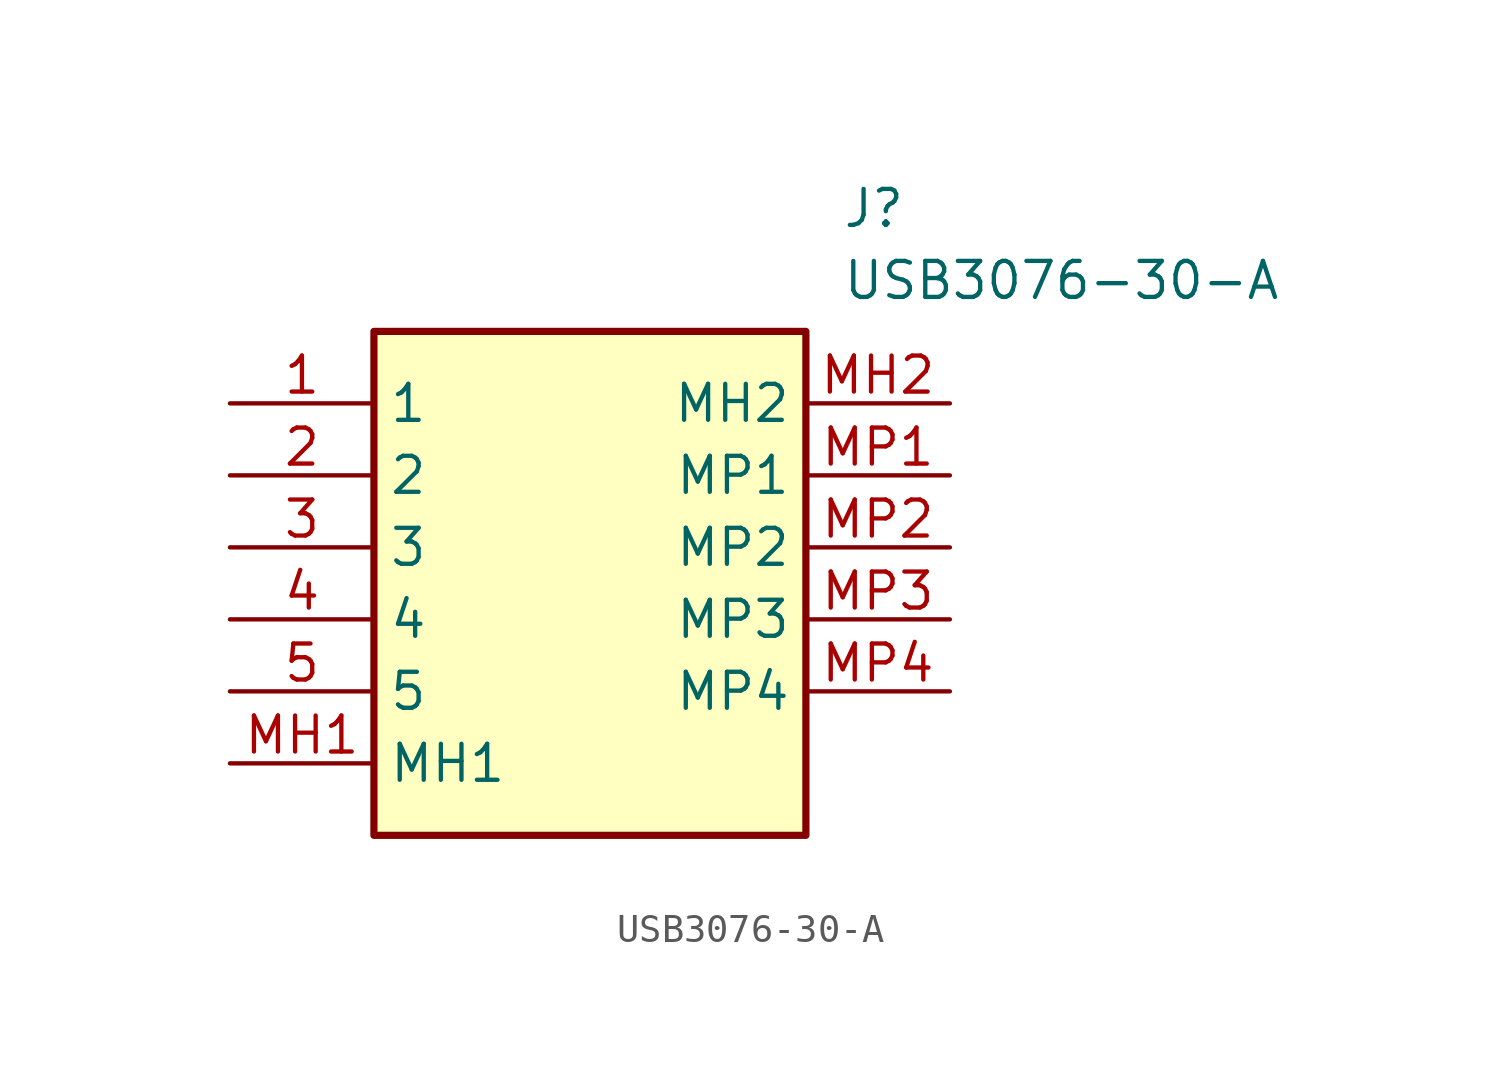
<source format=kicad_sym>
(kicad_symbol_lib
  (version 20211014)
  (generator SamacSys_ECAD_Model)
  (symbol "USB3076-30-A"
    (property "Reference" "J"
      (at 21.59 7.62 0)
      (effects (font (size 1.27 1.27)) (justify left top)))
    (property "Value" "USB3076-30-A"
      (at 21.59 5.08 0)
      (effects (font (size 1.27 1.27)) (justify left top)))
    (rectangle
      (start 5.08 2.54)
      (end 20.32 -15.24)
      (stroke (width 0.254) (type default))
      (fill (type background)))
    (pin passive line
      (at 0 0 0)
      (length 5.08)
      (name "1" (effects (font (size 1.27 1.27))))
      (number "1" (effects (font (size 1.27 1.27)))))
    (pin passive line
      (at 0 -2.54 0)
      (length 5.08)
      (name "2" (effects (font (size 1.27 1.27))))
      (number "2" (effects (font (size 1.27 1.27)))))
    (pin passive line
      (at 0 -5.08 0)
      (length 5.08)
      (name "3" (effects (font (size 1.27 1.27))))
      (number "3" (effects (font (size 1.27 1.27)))))
    (pin passive line
      (at 0 -7.62 0)
      (length 5.08)
      (name "4" (effects (font (size 1.27 1.27))))
      (number "4" (effects (font (size 1.27 1.27)))))
    (pin passive line
      (at 0 -10.16 0)
      (length 5.08)
      (name "5" (effects (font (size 1.27 1.27))))
      (number "5" (effects (font (size 1.27 1.27)))))
    (pin passive line
      (at 0 -12.7 0)
      (length 5.08)
      (name "MH1" (effects (font (size 1.27 1.27))))
      (number "MH1" (effects (font (size 1.27 1.27)))))
    (pin passive line
      (at 25.4 0 180)
      (length 5.08)
      (name "MH2" (effects (font (size 1.27 1.27))))
      (number "MH2" (effects (font (size 1.27 1.27)))))
    (pin passive line
      (at 25.4 -2.54 180)
      (length 5.08)
      (name "MP1" (effects (font (size 1.27 1.27))))
      (number "MP1" (effects (font (size 1.27 1.27)))))
    (pin passive line
      (at 25.4 -5.08 180)
      (length 5.08)
      (name "MP2" (effects (font (size 1.27 1.27))))
      (number "MP2" (effects (font (size 1.27 1.27)))))
    (pin passive line
      (at 25.4 -7.62 180)
      (length 5.08)
      (name "MP3" (effects (font (size 1.27 1.27))))
      (number "MP3" (effects (font (size 1.27 1.27)))))
    (pin passive line
      (at 25.4 -10.16 180)
      (length 5.08)
      (name "MP4" (effects (font (size 1.27 1.27))))
      (number "MP4" (effects (font (size 1.27 1.27)))))))
</source>
